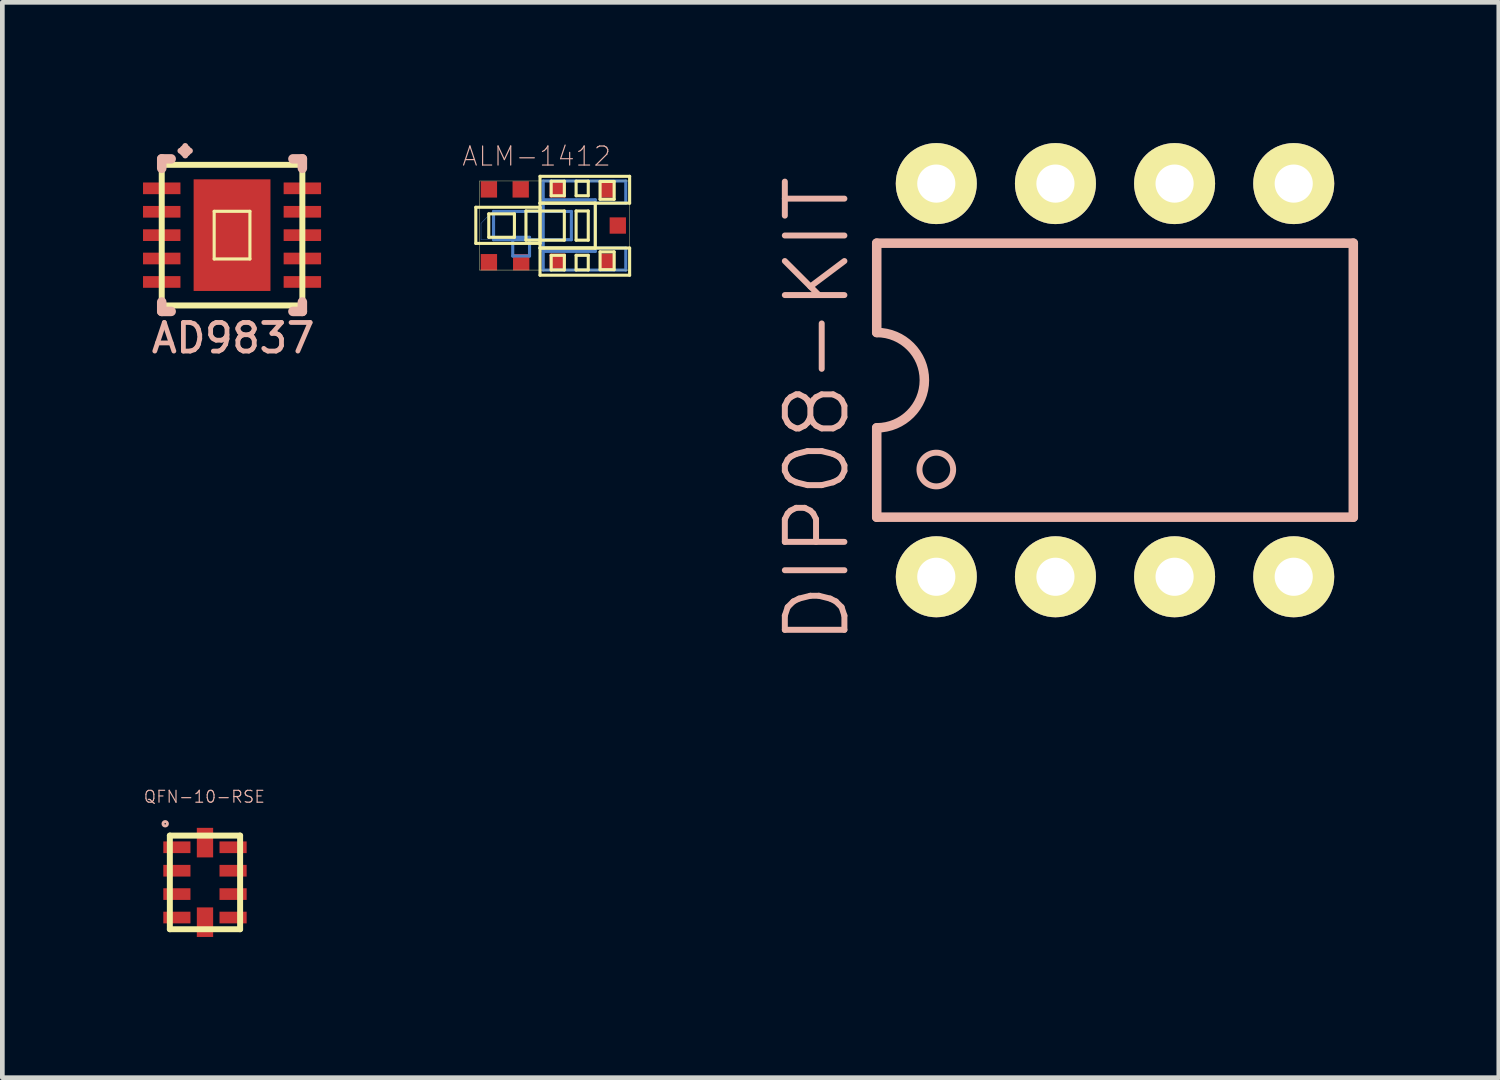
<source format=kicad_pcb>
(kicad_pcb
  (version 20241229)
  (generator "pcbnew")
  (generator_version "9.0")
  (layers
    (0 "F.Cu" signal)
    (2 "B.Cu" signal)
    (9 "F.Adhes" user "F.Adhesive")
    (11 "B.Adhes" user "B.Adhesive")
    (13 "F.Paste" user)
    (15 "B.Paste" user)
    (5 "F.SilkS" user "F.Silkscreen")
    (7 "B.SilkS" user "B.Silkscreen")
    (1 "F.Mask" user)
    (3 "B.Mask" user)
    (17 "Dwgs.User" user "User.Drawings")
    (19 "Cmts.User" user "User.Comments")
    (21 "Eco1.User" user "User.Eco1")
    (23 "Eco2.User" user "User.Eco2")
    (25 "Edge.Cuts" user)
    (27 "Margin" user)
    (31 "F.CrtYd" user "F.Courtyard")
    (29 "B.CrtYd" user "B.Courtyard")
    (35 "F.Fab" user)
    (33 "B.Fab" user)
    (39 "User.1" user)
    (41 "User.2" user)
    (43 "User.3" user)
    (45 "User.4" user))
  (footprint "AD9837"
    (layer "F.Cu")
    (at 1.897 1.963)
    (property "Reference" "AD9837" (at 0.023 2.195 0) (layer "B.SilkS") (effects (font (size 0.61 0.61) (thickness 0.102))))
    (attr smd)
    (fp_line (start -1.499 -1.499) (end -1.499 1.499) (stroke (width 0.127) (type solid)) (layer "F.SilkS"))
    (fp_line (start -1.499 1.499) (end 1.499 1.499) (stroke (width 0.127) (type solid)) (layer "F.SilkS"))
    (fp_line (start -0.381 -0.508) (end 0.381 -0.508) (stroke (width 0.066) (type solid)) (layer "F.SilkS"))
    (fp_line (start -0.381 0.508) (end -0.381 -0.508) (stroke (width 0.066) (type solid)) (layer "F.SilkS"))
    (fp_line (start -0.381 0.508) (end 0.381 0.508) (stroke (width 0.066) (type solid)) (layer "F.SilkS"))
    (fp_line (start 0.381 0.508) (end 0.381 -0.508) (stroke (width 0.066) (type solid)) (layer "F.SilkS"))
    (fp_line (start 1.499 -1.499) (end -1.499 -1.499) (stroke (width 0.127) (type solid)) (layer "F.SilkS"))
    (fp_line (start 1.499 1.499) (end 1.499 -1.499) (stroke (width 0.127) (type solid)) (layer "F.SilkS"))
    (fp_line (start -1.499 -1.626) (end -1.499 -1.425) (stroke (width 0.203) (type solid)) (layer "B.SilkS"))
    (fp_line (start -1.499 -1.626) (end -1.298 -1.626) (stroke (width 0.203) (type solid)) (layer "B.SilkS"))
    (fp_line (start -1.499 1.626) (end -1.499 1.425) (stroke (width 0.203) (type solid)) (layer "B.SilkS"))
    (fp_line (start -1.499 1.626) (end -1.298 1.626) (stroke (width 0.203) (type solid)) (layer "B.SilkS"))
    (fp_line (start -0.998 -1.699) (end -0.998 -1.9) (stroke (width 0.127) (type solid)) (layer "B.SilkS"))
    (fp_line (start -0.899 -1.798) (end -1.1 -1.798) (stroke (width 0.127) (type solid)) (layer "B.SilkS"))
    (fp_line (start 1.499 -1.626) (end 1.298 -1.626) (stroke (width 0.203) (type solid)) (layer "B.SilkS"))
    (fp_line (start 1.499 -1.626) (end 1.499 -1.425) (stroke (width 0.203) (type solid)) (layer "B.SilkS"))
    (fp_line (start 1.499 1.626) (end 1.298 1.626) (stroke (width 0.203) (type solid)) (layer "B.SilkS"))
    (fp_line (start 1.499 1.626) (end 1.499 1.425) (stroke (width 0.203) (type solid)) (layer "B.SilkS"))
    (fp_circle (center -0.998 -1.798) (end -1.067 -1.867) (stroke (width 0.064) (type solid)) (fill no) (layer "B.SilkS"))
    (pad "P$0" smd rect (at 0 0 270) (size 2.38 1.638) (layers "F.Cu" "F.Mask" "F.Paste"))
    (pad "P$1" smd rect (at -1.499 -0.998 270) (size 0.249 0.798) (layers "F.Cu" "F.Mask" "F.Paste"))
    (pad "P$2" smd rect (at -1.499 -0.498 270) (size 0.249 0.798) (layers "F.Cu" "F.Mask" "F.Paste"))
    (pad "P$3" smd rect (at -1.499 0 270) (size 0.249 0.798) (layers "F.Cu" "F.Mask" "F.Paste"))
    (pad "P$4" smd rect (at -1.499 0.498 270) (size 0.249 0.798) (layers "F.Cu" "F.Mask" "F.Paste"))
    (pad "P$5" smd rect (at -1.499 0.998 270) (size 0.249 0.798) (layers "F.Cu" "F.Mask" "F.Paste"))
    (pad "P$6" smd rect (at 1.499 0.998 270) (size 0.249 0.798) (layers "F.Cu" "F.Mask" "F.Paste"))
    (pad "P$7" smd rect (at 1.499 0.498 270) (size 0.249 0.798) (layers "F.Cu" "F.Mask" "F.Paste"))
    (pad "P$8" smd rect (at 1.499 0 270) (size 0.249 0.798) (layers "F.Cu" "F.Mask" "F.Paste"))
    (pad "P$9" smd rect (at 1.499 -0.498 270) (size 0.249 0.798) (layers "F.Cu" "F.Mask" "F.Paste"))
    (pad "P$10" smd rect (at 1.499 -0.998 270) (size 0.249 0.798) (layers "F.Cu" "F.Mask" "F.Paste")))
  (footprint "QFN-10-RSE"
    (layer "F.Cu")
    (at 1.32 15.762)
    (property "Reference" "QFN-10-RSE" (at -0.013 -1.826 0) (layer "B.SilkS") (effects (font (size 0.254 0.254) (thickness 0.025))))
    (attr smd)
    (fp_line (start -0.749 -0.998) (end 0.749 -0.998) (stroke (width 0.127) (type solid)) (layer "F.SilkS"))
    (fp_line (start -0.749 0.998) (end -0.749 -0.998) (stroke (width 0.127) (type solid)) (layer "F.SilkS"))
    (fp_line (start 0.749 -0.998) (end 0.749 0.998) (stroke (width 0.127) (type solid)) (layer "F.SilkS"))
    (fp_line (start 0.749 0.998) (end -0.749 0.998) (stroke (width 0.127) (type solid)) (layer "F.SilkS"))
    (fp_circle (center -0.848 -1.25) (end -0.881 -1.283) (stroke (width 0.064) (type solid)) (fill no) (layer "B.SilkS"))
    (pad "1" smd rect (at -0.599 -0.749) (size 0.579 0.249) (layers "F.Cu" "F.Mask" "F.Paste"))
    (pad "2" smd rect (at -0.599 -0.249) (size 0.579 0.249) (layers "F.Cu" "F.Mask" "F.Paste"))
    (pad "3" smd rect (at -0.599 0.249) (size 0.579 0.249) (layers "F.Cu" "F.Mask" "F.Paste"))
    (pad "4" smd rect (at -0.599 0.749) (size 0.579 0.249) (layers "F.Cu" "F.Mask" "F.Paste"))
    (pad "5" smd rect (at 0 0.848 90) (size 0.63 0.348) (layers "F.Cu" "F.Mask" "F.Paste"))
    (pad "6" smd rect (at 0.599 0.749) (size 0.579 0.249) (layers "F.Cu" "F.Mask" "F.Paste"))
    (pad "7" smd rect (at 0.599 0.249) (size 0.579 0.249) (layers "F.Cu" "F.Mask" "F.Paste"))
    (pad "8" smd rect (at 0.599 -0.249) (size 0.579 0.249) (layers "F.Cu" "F.Mask" "F.Paste"))
    (pad "9" smd rect (at 0.599 -0.749) (size 0.579 0.249) (layers "F.Cu" "F.Mask" "F.Paste"))
    (pad "10" smd rect (at 0 -0.848 90) (size 0.63 0.348) (layers "F.Cu" "F.Mask" "F.Paste")))
  (footprint "DIP08-KIT"
    (layer "F.Cu")
    (at 20.721 5.055)
    (property "Reference" "DIP08-KIT" (at -6.35 0.635 90) (layer "B.SilkS") (effects (font (size 1.27 1.27) (thickness 0.127))))
    (attr exclude_from_pos_files exclude_from_bom)
    (fp_circle (center -3.81 -4.191) (end -4.305 -4.686) (stroke (width 0) (type solid)) (fill yes) (layer "F.SilkS"))
    (fp_circle (center -3.81 -4.191) (end -4.013 -4.394) (stroke (width 0) (type solid)) (fill yes) (layer "F.SilkS"))
    (fp_circle (center -3.81 4.191) (end -4.305 4.686) (stroke (width 0) (type solid)) (fill yes) (layer "F.SilkS"))
    (fp_circle (center -3.81 4.191) (end -4.013 4.394) (stroke (width 0) (type solid)) (fill yes) (layer "F.SilkS"))
    (fp_circle (center -1.27 -4.191) (end -1.765 -4.686) (stroke (width 0) (type solid)) (fill yes) (layer "F.SilkS"))
    (fp_circle (center -1.27 -4.191) (end -1.473 -4.394) (stroke (width 0) (type solid)) (fill yes) (layer "F.SilkS"))
    (fp_circle (center -1.27 4.191) (end -1.765 4.686) (stroke (width 0) (type solid)) (fill yes) (layer "F.SilkS"))
    (fp_circle (center -1.27 4.191) (end -1.473 4.394) (stroke (width 0) (type solid)) (fill yes) (layer "F.SilkS"))
    (fp_circle (center 1.27 -4.191) (end 1.473 -4.394) (stroke (width 0) (type solid)) (fill yes) (layer "F.SilkS"))
    (fp_circle (center 1.27 -4.191) (end 1.765 -4.686) (stroke (width 0) (type solid)) (fill yes) (layer "F.SilkS"))
    (fp_circle (center 1.27 4.191) (end 1.473 4.394) (stroke (width 0) (type solid)) (fill yes) (layer "F.SilkS"))
    (fp_circle (center 1.27 4.191) (end 1.765 4.686) (stroke (width 0) (type solid)) (fill yes) (layer "F.SilkS"))
    (fp_circle (center 3.81 -4.191) (end 4.013 -4.394) (stroke (width 0) (type solid)) (fill yes) (layer "F.SilkS"))
    (fp_circle (center 3.81 -4.191) (end 4.305 -4.686) (stroke (width 0) (type solid)) (fill yes) (layer "F.SilkS"))
    (fp_circle (center 3.81 4.191) (end 4.013 4.394) (stroke (width 0) (type solid)) (fill yes) (layer "F.SilkS"))
    (fp_circle (center 3.81 4.191) (end 4.305 4.686) (stroke (width 0) (type solid)) (fill yes) (layer "F.SilkS"))
    (fp_line (start -5.08 -2.921) (end -5.08 -1.016) (stroke (width 0.203) (type solid)) (layer "B.SilkS"))
    (fp_line (start -5.08 -2.921) (end 5.08 -2.921) (stroke (width 0.203) (type solid)) (layer "B.SilkS"))
    (fp_line (start -5.08 2.921) (end -5.08 1.016) (stroke (width 0.203) (type solid)) (layer "B.SilkS"))
    (fp_line (start -5.08 2.921) (end 5.08 2.921) (stroke (width 0.203) (type solid)) (layer "B.SilkS"))
    (fp_line (start 5.08 -2.921) (end 5.08 2.921) (stroke (width 0.203) (type solid)) (layer "B.SilkS"))
    (fp_arc (start -5.08 -1.016) (mid -4.064 0) (end -5.08 1.016) (stroke (width 0.2032) (type solid)) (layer "B.SilkS"))
    (fp_circle (center -3.81 1.905) (end -4.064 2.159) (stroke (width 0.127) (type solid)) (fill no) (layer "B.SilkS"))
    (pad "1" thru_hole circle (at -3.81 4.191) (size 1.727 1.727) (drill 0.813) (layers "*.Cu" "F.Mask" "F.SilkS" "F.Paste"))
    (pad "2" thru_hole circle (at -1.27 4.191) (size 1.727 1.727) (drill 0.813) (layers "*.Cu" "F.Mask" "F.SilkS" "F.Paste"))
    (pad "3" thru_hole circle (at 1.27 4.191) (size 1.727 1.727) (drill 0.813) (layers "*.Cu" "F.Mask" "F.SilkS" "F.Paste"))
    (pad "4" thru_hole circle (at 3.81 4.191) (size 1.727 1.727) (drill 0.813) (layers "*.Cu" "F.Mask" "F.SilkS" "F.Paste"))
    (pad "5" thru_hole circle (at 3.81 -4.191) (size 1.727 1.727) (drill 0.813) (layers "*.Cu" "F.Mask" "F.SilkS" "F.Paste"))
    (pad "6" thru_hole circle (at 1.27 -4.191) (size 1.727 1.727) (drill 0.813) (layers "*.Cu" "F.Mask" "F.SilkS" "F.Paste"))
    (pad "7" thru_hole circle (at -1.27 -4.191) (size 1.727 1.727) (drill 0.813) (layers "*.Cu" "F.Mask" "F.SilkS" "F.Paste"))
    (pad "8" thru_hole circle (at -3.81 -4.191) (size 1.727 1.727) (drill 0.813) (layers "*.Cu" "F.Mask" "F.SilkS" "F.Paste")))
  (footprint "ALM-1412"
    (layer "F.Cu")
    (at 7.373 2.708)
    (property "Reference" "ALM-1412" (at 1.016 -2.426 0) (layer "B.SilkS") (effects (font (size 0.406 0.406) (thickness 0.025))))
    (attr smd)
    (fp_line (start -0.168 -0.998) (end 0.079 -1.25) (stroke (width 0.008) (type solid)) (layer "B.Cu"))
    (fp_line (start -0.168 -0.648) (end -0.168 -0.998) (stroke (width 0.008) (type solid)) (layer "B.Cu"))
    (fp_line (start 0.079 -1.25) (end 0.099 -1.25) (stroke (width 0.008) (type solid)) (layer "B.Cu"))
    (fp_line (start 0.099 -1.25) (end 0.099 -0.648) (stroke (width 0.008) (type solid)) (layer "B.Cu"))
    (fp_line (start 0.099 -1.25) (end 1.758 -1.25) (stroke (width 0.066) (type solid)) (layer "B.Cu"))
    (fp_line (start 0.099 -0.648) (end -0.168 -0.648) (stroke (width 0.008) (type solid)) (layer "B.Cu"))
    (fp_line (start 0.099 -0.648) (end 0.099 -1.25) (stroke (width 0.066) (type solid)) (layer "B.Cu"))
    (fp_line (start 0.099 -0.648) (end 1.758 -0.648) (stroke (width 0.066) (type solid)) (layer "B.Cu"))
    (fp_line (start 0.508 -0.699) (end 0.866 -0.699) (stroke (width 0.066) (type solid)) (layer "B.Cu"))
    (fp_line (start 0.508 -0.3) (end 0.508 -0.699) (stroke (width 0.066) (type solid)) (layer "B.Cu"))
    (fp_line (start 0.508 -0.3) (end 0.866 -0.3) (stroke (width 0.066) (type solid)) (layer "B.Cu"))
    (fp_line (start 0.866 -0.3) (end 0.866 -0.699) (stroke (width 0.066) (type solid)) (layer "B.Cu"))
    (fp_line (start 1.158 -1.9) (end 2.918 -1.9) (stroke (width 0.066) (type solid)) (layer "B.Cu"))
    (fp_line (start 1.158 -1.499) (end 2.268 -1.499) (stroke (width 0.066) (type solid)) (layer "B.Cu"))
    (fp_line (start 1.158 -1.427) (end 1.158 -1.9) (stroke (width 0.066) (type solid)) (layer "B.Cu"))
    (fp_line (start 1.158 -1.427) (end 2.918 -1.427) (stroke (width 0.066) (type solid)) (layer "B.Cu"))
    (fp_line (start 1.158 -0.47) (end 2.918 -0.47) (stroke (width 0.066) (type solid)) (layer "B.Cu"))
    (fp_line (start 1.158 -0.399) (end 1.158 -1.499) (stroke (width 0.066) (type solid)) (layer "B.Cu"))
    (fp_line (start 1.158 -0.399) (end 2.268 -0.399) (stroke (width 0.066) (type solid)) (layer "B.Cu"))
    (fp_line (start 1.158 0) (end 1.158 -0.47) (stroke (width 0.066) (type solid)) (layer "B.Cu"))
    (fp_line (start 1.158 0) (end 2.918 0) (stroke (width 0.066) (type solid)) (layer "B.Cu"))
    (fp_line (start 1.758 -0.648) (end 1.758 -1.25) (stroke (width 0.066) (type solid)) (layer "B.Cu"))
    (fp_line (start 2.268 -0.399) (end 2.268 -1.499) (stroke (width 0.066) (type solid)) (layer "B.Cu"))
    (fp_line (start 2.918 -1.427) (end 2.918 -1.9) (stroke (width 0.066) (type solid)) (layer "B.Cu"))
    (fp_line (start 2.918 0) (end 2.918 -0.47) (stroke (width 0.066) (type solid)) (layer "B.Cu"))
    (fp_line (start -0.279 -1.339) (end 1.09 -1.339) (stroke (width 0.066) (type solid)) (layer "F.SilkS"))
    (fp_line (start -0.279 -0.569) (end -0.279 -1.339) (stroke (width 0.066) (type solid)) (layer "F.SilkS"))
    (fp_line (start -0.279 -0.569) (end 1.09 -0.569) (stroke (width 0.066) (type solid)) (layer "F.SilkS"))
    (fp_line (start -0.198 -1.9) (end 3 -1.9) (stroke (width 0.008) (type solid)) (layer "F.SilkS"))
    (fp_line (start -0.198 0) (end -0.198 -1.9) (stroke (width 0.008) (type solid)) (layer "F.SilkS"))
    (fp_line (start -0.003 -1.199) (end 0.544 -1.199) (stroke (width 0.066) (type solid)) (layer "F.SilkS"))
    (fp_line (start -0.003 -0.699) (end -0.003 -1.199) (stroke (width 0.066) (type solid)) (layer "F.SilkS"))
    (fp_line (start -0.003 -0.699) (end 0.544 -0.699) (stroke (width 0.066) (type solid)) (layer "F.SilkS"))
    (fp_line (start 0.544 -0.699) (end 0.544 -1.199) (stroke (width 0.066) (type solid)) (layer "F.SilkS"))
    (fp_line (start 0.79 -1.26) (end 1.608 -1.26) (stroke (width 0.066) (type solid)) (layer "F.SilkS"))
    (fp_line (start 0.79 -0.638) (end 0.79 -1.26) (stroke (width 0.066) (type solid)) (layer "F.SilkS"))
    (fp_line (start 0.79 -0.638) (end 1.608 -0.638) (stroke (width 0.066) (type solid)) (layer "F.SilkS"))
    (fp_line (start 1.09 -1.999) (end 3 -1.999) (stroke (width 0.066) (type solid)) (layer "F.SilkS"))
    (fp_line (start 1.09 -1.427) (end 1.09 -1.999) (stroke (width 0.066) (type solid)) (layer "F.SilkS"))
    (fp_line (start 1.09 -1.427) (end 2.268 -1.427) (stroke (width 0.066) (type solid)) (layer "F.SilkS"))
    (fp_line (start 1.09 -1.427) (end 3 -1.427) (stroke (width 0.066) (type solid)) (layer "F.SilkS"))
    (fp_line (start 1.09 -0.569) (end 1.09 -1.339) (stroke (width 0.066) (type solid)) (layer "F.SilkS"))
    (fp_line (start 1.09 -0.47) (end 1.09 -1.427) (stroke (width 0.066) (type solid)) (layer "F.SilkS"))
    (fp_line (start 1.09 -0.47) (end 2.268 -0.47) (stroke (width 0.066) (type solid)) (layer "F.SilkS"))
    (fp_line (start 1.09 -0.47) (end 3 -0.47) (stroke (width 0.066) (type solid)) (layer "F.SilkS"))
    (fp_line (start 1.09 0.109) (end 1.09 -0.47) (stroke (width 0.066) (type solid)) (layer "F.SilkS"))
    (fp_line (start 1.09 0.109) (end 3 0.109) (stroke (width 0.066) (type solid)) (layer "F.SilkS"))
    (fp_line (start 1.328 -1.895) (end 1.608 -1.895) (stroke (width 0.066) (type solid)) (layer "F.SilkS"))
    (fp_line (start 1.328 -1.585) (end 1.328 -1.895) (stroke (width 0.066) (type solid)) (layer "F.SilkS"))
    (fp_line (start 1.328 -1.585) (end 1.608 -1.585) (stroke (width 0.066) (type solid)) (layer "F.SilkS"))
    (fp_line (start 1.328 -0.315) (end 1.608 -0.315) (stroke (width 0.066) (type solid)) (layer "F.SilkS"))
    (fp_line (start 1.328 -0.003) (end 1.328 -0.315) (stroke (width 0.066) (type solid)) (layer "F.SilkS"))
    (fp_line (start 1.328 -0.003) (end 1.608 -0.003) (stroke (width 0.066) (type solid)) (layer "F.SilkS"))
    (fp_line (start 1.608 -1.585) (end 1.608 -1.895) (stroke (width 0.066) (type solid)) (layer "F.SilkS"))
    (fp_line (start 1.608 -0.638) (end 1.608 -1.26) (stroke (width 0.066) (type solid)) (layer "F.SilkS"))
    (fp_line (start 1.608 -0.003) (end 1.608 -0.315) (stroke (width 0.066) (type solid)) (layer "F.SilkS"))
    (fp_line (start 1.859 -1.895) (end 2.118 -1.895) (stroke (width 0.066) (type solid)) (layer "F.SilkS"))
    (fp_line (start 1.859 -1.585) (end 1.859 -1.895) (stroke (width 0.066) (type solid)) (layer "F.SilkS"))
    (fp_line (start 1.859 -1.585) (end 2.118 -1.585) (stroke (width 0.066) (type solid)) (layer "F.SilkS"))
    (fp_line (start 1.859 -1.26) (end 2.118 -1.26) (stroke (width 0.066) (type solid)) (layer "F.SilkS"))
    (fp_line (start 1.859 -0.638) (end 1.859 -1.26) (stroke (width 0.066) (type solid)) (layer "F.SilkS"))
    (fp_line (start 1.859 -0.638) (end 2.118 -0.638) (stroke (width 0.066) (type solid)) (layer "F.SilkS"))
    (fp_line (start 1.859 -0.315) (end 2.118 -0.315) (stroke (width 0.066) (type solid)) (layer "F.SilkS"))
    (fp_line (start 1.859 -0.003) (end 1.859 -0.315) (stroke (width 0.066) (type solid)) (layer "F.SilkS"))
    (fp_line (start 1.859 -0.003) (end 2.118 -0.003) (stroke (width 0.066) (type solid)) (layer "F.SilkS"))
    (fp_line (start 2.118 -1.585) (end 2.118 -1.895) (stroke (width 0.066) (type solid)) (layer "F.SilkS"))
    (fp_line (start 2.118 -0.638) (end 2.118 -1.26) (stroke (width 0.066) (type solid)) (layer "F.SilkS"))
    (fp_line (start 2.118 -0.003) (end 2.118 -0.315) (stroke (width 0.066) (type solid)) (layer "F.SilkS"))
    (fp_line (start 2.268 -0.47) (end 2.268 -1.427) (stroke (width 0.066) (type solid)) (layer "F.SilkS"))
    (fp_line (start 2.37 -1.89) (end 2.67 -1.89) (stroke (width 0.066) (type solid)) (layer "F.SilkS"))
    (fp_line (start 2.37 -1.509) (end 2.37 -1.89) (stroke (width 0.066) (type solid)) (layer "F.SilkS"))
    (fp_line (start 2.37 -1.509) (end 2.67 -1.509) (stroke (width 0.066) (type solid)) (layer "F.SilkS"))
    (fp_line (start 2.37 -0.389) (end 2.67 -0.389) (stroke (width 0.066) (type solid)) (layer "F.SilkS"))
    (fp_line (start 2.37 -0.008) (end 2.37 -0.389) (stroke (width 0.066) (type solid)) (layer "F.SilkS"))
    (fp_line (start 2.37 -0.008) (end 2.67 -0.008) (stroke (width 0.066) (type solid)) (layer "F.SilkS"))
    (fp_line (start 2.67 -1.509) (end 2.67 -1.89) (stroke (width 0.066) (type solid)) (layer "F.SilkS"))
    (fp_line (start 2.67 -0.008) (end 2.67 -0.389) (stroke (width 0.066) (type solid)) (layer "F.SilkS"))
    (fp_line (start 3 -1.9) (end 3 0) (stroke (width 0.008) (type solid)) (layer "F.SilkS"))
    (fp_line (start 3 -1.427) (end 3 -1.999) (stroke (width 0.066) (type solid)) (layer "F.SilkS"))
    (fp_line (start 3 0) (end -0.198 0) (stroke (width 0.008) (type solid)) (layer "F.SilkS"))
    (fp_line (start 3 0.109) (end 3 -0.47) (stroke (width 0.066) (type solid)) (layer "F.SilkS"))
    (pad "1" smd rect (at 0 -0.168) (size 0.348 0.348) (layers "F.Cu" "F.Mask" "F.Paste"))
    (pad "2" smd rect (at 0.688 -0.168) (size 0.348 0.348) (layers "F.Cu" "F.Mask" "F.Paste"))
    (pad "3" smd rect (at 2.748 -0.95) (size 0.348 0.348) (layers "F.Cu" "F.Mask" "F.Paste"))
    (pad "4" smd rect (at 0.678 -1.72) (size 0.348 0.348) (layers "F.Cu" "F.Mask" "F.Paste"))
    (pad "5" smd rect (at 0 -1.72) (size 0.348 0.348) (layers "F.Cu" "F.Mask" "F.Paste"))
    (pad "6" smd rect (at 1.468 -0.178) (size 0.348 0.348) (layers "F.Cu" "F.Mask" "F.Paste"))
    (pad "7" smd rect (at 2.52 -0.178) (size 0.348 0.348) (layers "F.Cu" "F.Mask" "F.Paste"))
    (pad "8" smd rect (at 2.52 -1.72) (size 0.348 0.348) (layers "F.Cu" "F.Mask" "F.Paste"))
    (pad "9" smd rect (at 1.468 -1.72) (size 0.348 0.348) (layers "F.Cu" "F.Mask" "F.Paste")))
  (gr_rect
    (start -3 -3)
    (end 28.903 19.925)
    (stroke (width 0.1) (type default))
    (fill no)
    (layer "Edge.Cuts")))
</source>
